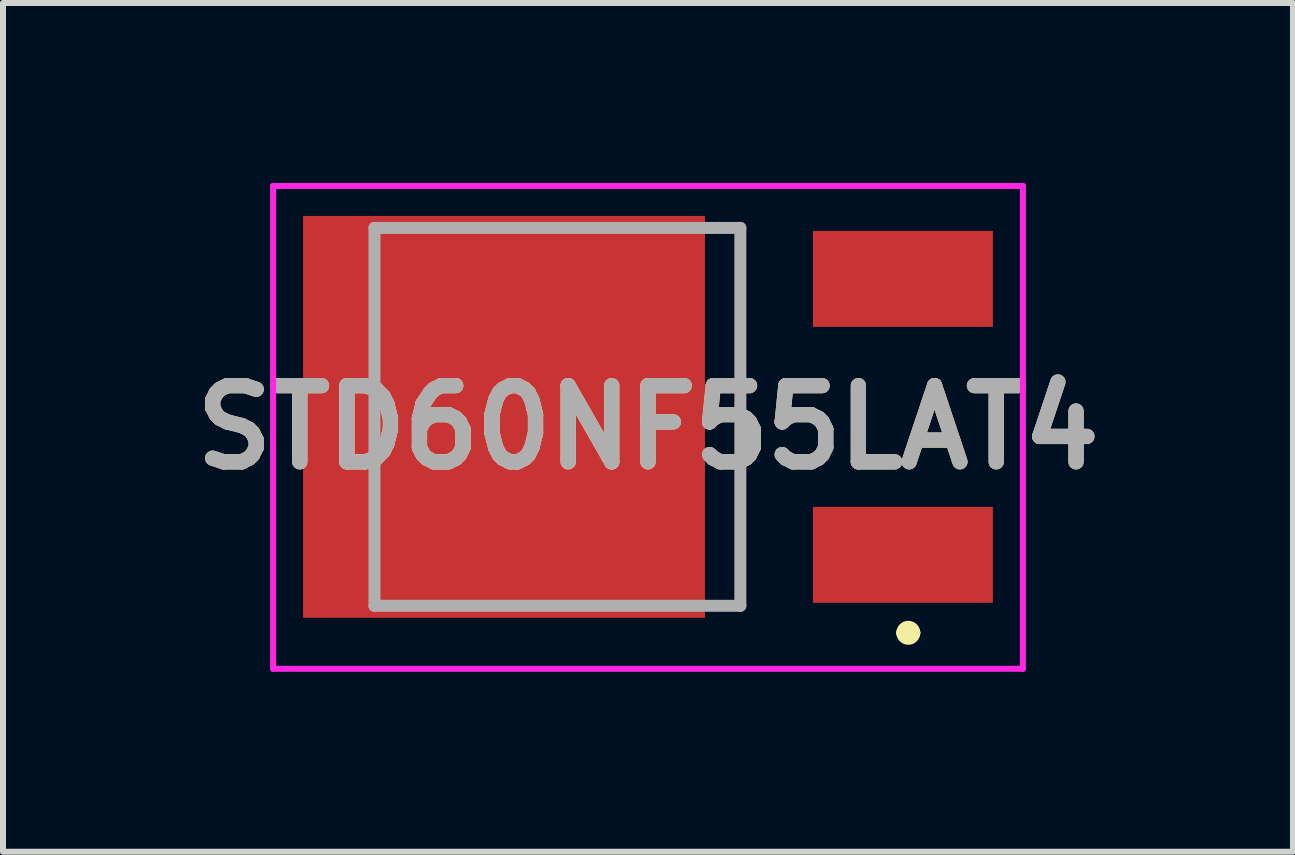
<source format=kicad_pcb>
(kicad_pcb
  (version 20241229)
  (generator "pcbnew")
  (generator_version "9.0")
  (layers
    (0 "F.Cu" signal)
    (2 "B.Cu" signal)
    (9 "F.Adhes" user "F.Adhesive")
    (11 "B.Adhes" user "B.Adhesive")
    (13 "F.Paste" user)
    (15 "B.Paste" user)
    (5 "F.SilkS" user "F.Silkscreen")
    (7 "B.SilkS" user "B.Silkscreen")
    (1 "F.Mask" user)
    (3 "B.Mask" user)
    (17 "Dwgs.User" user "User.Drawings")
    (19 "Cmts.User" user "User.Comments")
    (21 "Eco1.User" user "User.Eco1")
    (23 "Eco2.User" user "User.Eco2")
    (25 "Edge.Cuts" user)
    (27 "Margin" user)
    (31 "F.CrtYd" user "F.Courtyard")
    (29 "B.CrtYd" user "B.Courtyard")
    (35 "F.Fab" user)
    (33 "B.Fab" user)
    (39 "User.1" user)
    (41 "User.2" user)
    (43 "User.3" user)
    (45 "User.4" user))
  (footprint "STD60NF55LAT4"
    (layer "F.Cu")
    (at 8.193 3.9)
    (property "Reference" "STD60NF55LAT4" (at -0.44 0.175 0) (layer "F.SilkS") (effects (font (size 1.27 1.27) (thickness 0.254))))
    (attr smd)
    (fp_line (start 1.1 -3.15) (end 1.1 3.15) (stroke (width 0.1) (type solid)) (layer "F.SilkS"))
    (fp_line (start 3.8 3.6) (end 3.8 3.6) (stroke (width 0.2) (type solid)) (layer "F.SilkS"))
    (fp_line (start 4 3.6) (end 4 3.6) (stroke (width 0.2) (type solid)) (layer "F.SilkS"))
    (fp_arc (start 3.8 3.6) (mid 3.9 3.5) (end 4 3.6) (stroke (width 0.2) (type solid)) (layer "F.SilkS"))
    (fp_arc (start 4 3.6) (mid 3.9 3.7) (end 3.8 3.6) (stroke (width 0.2) (type solid)) (layer "F.SilkS"))
    (fp_line (start -6.69 -3.85) (end 5.81 -3.85) (stroke (width 0.1) (type solid)) (layer "F.CrtYd"))
    (fp_line (start -6.69 4.2) (end -6.69 -3.85) (stroke (width 0.1) (type solid)) (layer "F.CrtYd"))
    (fp_line (start 5.81 -3.85) (end 5.81 4.2) (stroke (width 0.1) (type solid)) (layer "F.CrtYd"))
    (fp_line (start 5.81 4.2) (end -6.69 4.2) (stroke (width 0.1) (type solid)) (layer "F.CrtYd"))
    (fp_line (start -5 -3.15) (end 1.1 -3.15) (stroke (width 0.2) (type solid)) (layer "F.Fab"))
    (fp_line (start -5 3.15) (end -5 -3.15) (stroke (width 0.2) (type solid)) (layer "F.Fab"))
    (fp_line (start 1.1 -3.15) (end 1.1 3.15) (stroke (width 0.2) (type solid)) (layer "F.Fab"))
    (fp_line (start 1.1 3.15) (end -5 3.15) (stroke (width 0.2) (type solid)) (layer "F.Fab"))
    (fp_text user "${REFERENCE}" (at -0.44 0.175 0) (layer "F.Fab") (effects (font (size 1.27 1.27) (thickness 0.254))))
    (pad "1" smd rect (at 3.81 2.3 90) (size 1.6 3) (layers "F.Cu" "F.Mask" "F.Paste"))
    (pad "2" smd rect (at -2.84 0 90) (size 6.7 6.7) (layers "F.Cu" "F.Mask" "F.Paste"))
    (pad "3" smd rect (at 3.81 -2.3 90) (size 1.6 3) (layers "F.Cu" "F.Mask" "F.Paste")))
  (gr_rect
    (start -3 -3)
    (end 18.506 11.15)
    (stroke (width 0.1) (type default))
    (fill no)
    (layer "Edge.Cuts")))
</source>
